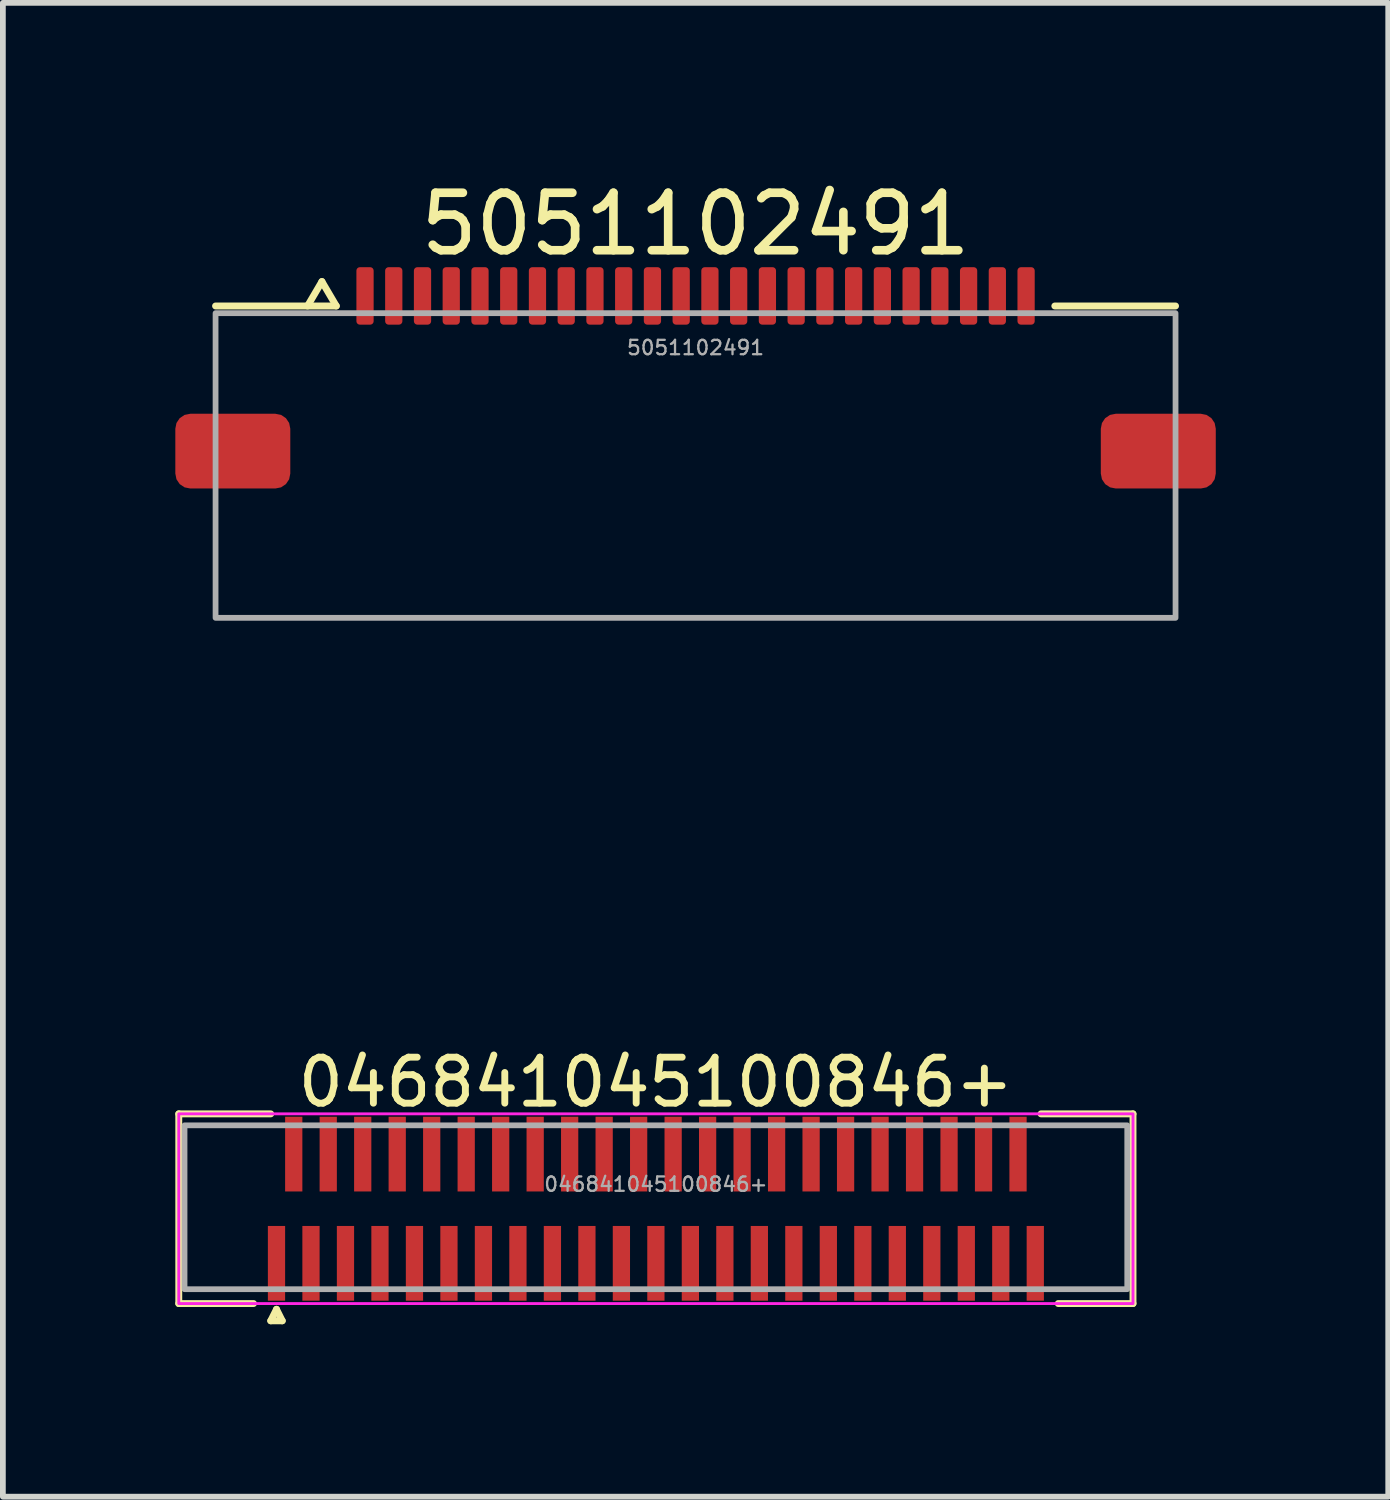
<source format=kicad_pcb>
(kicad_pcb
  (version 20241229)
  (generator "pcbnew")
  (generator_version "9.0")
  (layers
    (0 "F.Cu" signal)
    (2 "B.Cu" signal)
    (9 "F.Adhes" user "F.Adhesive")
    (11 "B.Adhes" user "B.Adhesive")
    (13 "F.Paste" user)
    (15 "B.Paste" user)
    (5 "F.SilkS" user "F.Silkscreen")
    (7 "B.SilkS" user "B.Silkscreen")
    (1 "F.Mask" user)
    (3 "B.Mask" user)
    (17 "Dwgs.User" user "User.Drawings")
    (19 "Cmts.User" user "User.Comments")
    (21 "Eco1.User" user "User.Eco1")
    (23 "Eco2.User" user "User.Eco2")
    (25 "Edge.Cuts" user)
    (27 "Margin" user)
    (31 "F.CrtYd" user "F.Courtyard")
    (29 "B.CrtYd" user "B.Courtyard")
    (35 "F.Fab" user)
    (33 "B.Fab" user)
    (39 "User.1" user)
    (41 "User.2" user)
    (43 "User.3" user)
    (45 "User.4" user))
  (footprint "5051102491"
    (layer "F.Cu")
    (at 9.05 2.098)
    (property "Reference" "5051102491" (at 0 -1.25 0) (unlocked yes) (layer "F.SilkS") (effects (font (size 1 1) (thickness 0.15))))
    (attr smd)
    (fp_line (start -6.5 -0.25) (end -6.75 0.175) (stroke (width 0.12) (type default)) (layer "F.SilkS"))
    (fp_line (start -6.25 0.175) (end -8.35 0.175) (stroke (width 0.12) (type default)) (layer "F.SilkS"))
    (fp_line (start -6.25 0.175) (end -6.5 -0.25) (stroke (width 0.12) (type default)) (layer "F.SilkS"))
    (fp_line (start 6.25 0.175) (end 8.35 0.175) (stroke (width 0.12) (type default)) (layer "F.SilkS"))
    (fp_rect (start -8.35 0.3) (end 8.35 5.6) (stroke (width 0.1) (type default)) (fill no) (layer "F.Fab"))
    (fp_text user "${REFERENCE}" (at 0 0.9 0) (unlocked yes) (layer "F.Fab") (effects (font (size 0.25 0.25) (thickness 0.04))))
    (pad "1" smd roundrect (at -5.75 0) (size 0.3 1) (layers "F.Cu" "F.Mask" "F.Paste") (roundrect_rratio 0.2))
    (pad "2" smd roundrect (at -5.25 0) (size 0.3 1) (layers "F.Cu" "F.Mask" "F.Paste") (roundrect_rratio 0.2))
    (pad "3" smd roundrect (at -4.75 0) (size 0.3 1) (layers "F.Cu" "F.Mask" "F.Paste") (roundrect_rratio 0.2))
    (pad "4" smd roundrect (at -4.25 0) (size 0.3 1) (layers "F.Cu" "F.Mask" "F.Paste") (roundrect_rratio 0.2))
    (pad "5" smd roundrect (at -3.75 0) (size 0.3 1) (layers "F.Cu" "F.Mask" "F.Paste") (roundrect_rratio 0.2))
    (pad "6" smd roundrect (at -3.25 0) (size 0.3 1) (layers "F.Cu" "F.Mask" "F.Paste") (roundrect_rratio 0.2))
    (pad "7" smd roundrect (at -2.75 0) (size 0.3 1) (layers "F.Cu" "F.Mask" "F.Paste") (roundrect_rratio 0.2))
    (pad "8" smd roundrect (at -2.25 0) (size 0.3 1) (layers "F.Cu" "F.Mask" "F.Paste") (roundrect_rratio 0.2))
    (pad "9" smd roundrect (at -1.75 0) (size 0.3 1) (layers "F.Cu" "F.Mask" "F.Paste") (roundrect_rratio 0.2))
    (pad "10" smd roundrect (at -1.25 0) (size 0.3 1) (layers "F.Cu" "F.Mask" "F.Paste") (roundrect_rratio 0.2))
    (pad "11" smd roundrect (at -0.75 0) (size 0.3 1) (layers "F.Cu" "F.Mask" "F.Paste") (roundrect_rratio 0.2))
    (pad "12" smd roundrect (at -0.25 0) (size 0.3 1) (layers "F.Cu" "F.Mask" "F.Paste") (roundrect_rratio 0.2))
    (pad "13" smd roundrect (at 0.25 0) (size 0.3 1) (layers "F.Cu" "F.Mask" "F.Paste") (roundrect_rratio 0.2))
    (pad "14" smd roundrect (at 0.75 0) (size 0.3 1) (layers "F.Cu" "F.Mask" "F.Paste") (roundrect_rratio 0.2))
    (pad "15" smd roundrect (at 1.25 0) (size 0.3 1) (layers "F.Cu" "F.Mask" "F.Paste") (roundrect_rratio 0.2))
    (pad "16" smd roundrect (at 1.75 0) (size 0.3 1) (layers "F.Cu" "F.Mask" "F.Paste") (roundrect_rratio 0.2))
    (pad "17" smd roundrect (at 2.25 0) (size 0.3 1) (layers "F.Cu" "F.Mask" "F.Paste") (roundrect_rratio 0.2))
    (pad "18" smd roundrect (at 2.75 0) (size 0.3 1) (layers "F.Cu" "F.Mask" "F.Paste") (roundrect_rratio 0.2))
    (pad "19" smd roundrect (at 3.25 0) (size 0.3 1) (layers "F.Cu" "F.Mask" "F.Paste") (roundrect_rratio 0.2))
    (pad "20" smd roundrect (at 3.75 0) (size 0.3 1) (layers "F.Cu" "F.Mask" "F.Paste") (roundrect_rratio 0.2))
    (pad "21" smd roundrect (at 4.25 0) (size 0.3 1) (layers "F.Cu" "F.Mask" "F.Paste") (roundrect_rratio 0.2))
    (pad "22" smd roundrect (at 4.75 0) (size 0.3 1) (layers "F.Cu" "F.Mask" "F.Paste") (roundrect_rratio 0.2))
    (pad "23" smd roundrect (at 5.25 0) (size 0.3 1) (layers "F.Cu" "F.Mask" "F.Paste") (roundrect_rratio 0.2))
    (pad "24" smd roundrect (at 5.75 0) (size 0.3 1) (layers "F.Cu" "F.Mask" "F.Paste") (roundrect_rratio 0.2))
    (pad "MP" smd roundrect (at -8.05 2.7) (size 2 1.3) (layers "F.Cu" "F.Mask" "F.Paste") (roundrect_rratio 0.2))
    (pad "MP" smd roundrect (at 8.05 2.7) (size 2 1.3) (layers "F.Cu" "F.Mask" "F.Paste") (roundrect_rratio 0.2))
    (zone (net_name "") (layer "F.Cu") (hatch edge 0.5) (connect_pads) (min_thickness 0.25) (filled_areas_thickness no) (keepout (tracks allowed) (vias allowed) (pads allowed) (copperpour allowed) (footprints not_allowed)) (placement (enabled no)) (fill) (polygon (pts (xy 0.8 7.698) (xy 17.3 7.698) (xy 17.3 12.098) (xy 0.8 12.098)))))
  (footprint "046841045100846+"
    (layer "F.Cu")
    (at 8.36 18.927)
    (property "Reference" "046841045100846+" (at 0 -3.15 0) (unlocked yes) (layer "F.SilkS") (effects (font (size 0.8 0.8) (thickness 0.12))))
    (attr smd)
    (fp_line (start -8.3 -2.6) (end -6.7 -2.6) (stroke (width 0.12) (type solid)) (layer "F.SilkS"))
    (fp_line (start -8.3 0.7) (end -8.3 -2.6) (stroke (width 0.12) (type solid)) (layer "F.SilkS"))
    (fp_line (start -7 0.7) (end -8.3 0.7) (stroke (width 0.12) (type solid)) (layer "F.SilkS"))
    (fp_line (start -6.7 1) (end -6.5 1) (stroke (width 0.12) (type solid)) (layer "F.SilkS"))
    (fp_line (start -6.6 0.8) (end -6.7 1) (stroke (width 0.12) (type solid)) (layer "F.SilkS"))
    (fp_line (start -6.5 1) (end -6.6 0.8) (stroke (width 0.12) (type solid)) (layer "F.SilkS"))
    (fp_line (start 7 0.7) (end 8.3 0.7) (stroke (width 0.12) (type solid)) (layer "F.SilkS"))
    (fp_line (start 8.3 -2.6) (end 6.7 -2.6) (stroke (width 0.12) (type solid)) (layer "F.SilkS"))
    (fp_line (start 8.3 0.7) (end 8.3 -2.6) (stroke (width 0.12) (type solid)) (layer "F.SilkS"))
    (fp_rect (start -8.3 -2.6) (end 8.3 0.7) (stroke (width 0.05) (type solid)) (fill no) (layer "F.CrtYd"))
    (fp_rect (start -8.2 -2.4) (end 8.2 0.45) (stroke (width 0.1) (type solid)) (fill no) (layer "F.Fab"))
    (fp_text user "${REFERENCE}" (at 0 -1.375 0) (unlocked yes) (layer "F.Fab") (effects (font (size 0.25 0.25) (thickness 0.04))))
    (pad "1" smd rect (at -6.6 0) (size 0.3 1.3) (layers "F.Cu" "F.Mask" "F.Paste"))
    (pad "2" smd rect (at -6.3 -1.9) (size 0.3 1.3) (layers "F.Cu" "F.Mask" "F.Paste"))
    (pad "3" smd rect (at -6 0) (size 0.3 1.3) (layers "F.Cu" "F.Mask" "F.Paste"))
    (pad "4" smd rect (at -5.7 -1.9) (size 0.3 1.3) (layers "F.Cu" "F.Mask" "F.Paste"))
    (pad "5" smd rect (at -5.4 0) (size 0.3 1.3) (layers "F.Cu" "F.Mask" "F.Paste"))
    (pad "6" smd rect (at -5.1 -1.9) (size 0.3 1.3) (layers "F.Cu" "F.Mask" "F.Paste"))
    (pad "7" smd rect (at -4.8 0) (size 0.3 1.3) (layers "F.Cu" "F.Mask" "F.Paste"))
    (pad "8" smd rect (at -4.5 -1.9) (size 0.3 1.3) (layers "F.Cu" "F.Mask" "F.Paste"))
    (pad "9" smd rect (at -4.2 0) (size 0.3 1.3) (layers "F.Cu" "F.Mask" "F.Paste"))
    (pad "10" smd rect (at -3.9 -1.9) (size 0.3 1.3) (layers "F.Cu" "F.Mask" "F.Paste"))
    (pad "11" smd rect (at -3.6 0) (size 0.3 1.3) (layers "F.Cu" "F.Mask" "F.Paste"))
    (pad "12" smd rect (at -3.3 -1.9) (size 0.3 1.3) (layers "F.Cu" "F.Mask" "F.Paste"))
    (pad "13" smd rect (at -3 0) (size 0.3 1.3) (layers "F.Cu" "F.Mask" "F.Paste"))
    (pad "14" smd rect (at -2.7 -1.9) (size 0.3 1.3) (layers "F.Cu" "F.Mask" "F.Paste"))
    (pad "15" smd rect (at -2.4 0) (size 0.3 1.3) (layers "F.Cu" "F.Mask" "F.Paste"))
    (pad "16" smd rect (at -2.1 -1.9) (size 0.3 1.3) (layers "F.Cu" "F.Mask" "F.Paste"))
    (pad "17" smd rect (at -1.8 0) (size 0.3 1.3) (layers "F.Cu" "F.Mask" "F.Paste"))
    (pad "18" smd rect (at -1.5 -1.9) (size 0.3 1.3) (layers "F.Cu" "F.Mask" "F.Paste"))
    (pad "19" smd rect (at -1.2 0) (size 0.3 1.3) (layers "F.Cu" "F.Mask" "F.Paste"))
    (pad "20" smd rect (at -0.9 -1.9) (size 0.3 1.3) (layers "F.Cu" "F.Mask" "F.Paste"))
    (pad "21" smd rect (at -0.6 0) (size 0.3 1.3) (layers "F.Cu" "F.Mask" "F.Paste"))
    (pad "22" smd rect (at -0.3 -1.9) (size 0.3 1.3) (layers "F.Cu" "F.Mask" "F.Paste"))
    (pad "23" smd rect (at 0 0) (size 0.3 1.3) (layers "F.Cu" "F.Mask" "F.Paste"))
    (pad "24" smd rect (at 0.3 -1.9) (size 0.3 1.3) (layers "F.Cu" "F.Mask" "F.Paste"))
    (pad "25" smd rect (at 0.6 0) (size 0.3 1.3) (layers "F.Cu" "F.Mask" "F.Paste"))
    (pad "26" smd rect (at 0.9 -1.9) (size 0.3 1.3) (layers "F.Cu" "F.Mask" "F.Paste"))
    (pad "27" smd rect (at 1.2 0) (size 0.3 1.3) (layers "F.Cu" "F.Mask" "F.Paste"))
    (pad "28" smd rect (at 1.5 -1.9) (size 0.3 1.3) (layers "F.Cu" "F.Mask" "F.Paste"))
    (pad "29" smd rect (at 1.8 0) (size 0.3 1.3) (layers "F.Cu" "F.Mask" "F.Paste"))
    (pad "30" smd rect (at 2.1 -1.9) (size 0.3 1.3) (layers "F.Cu" "F.Mask" "F.Paste"))
    (pad "31" smd rect (at 2.4 0) (size 0.3 1.3) (layers "F.Cu" "F.Mask" "F.Paste"))
    (pad "32" smd rect (at 2.7 -1.9) (size 0.3 1.3) (layers "F.Cu" "F.Mask" "F.Paste"))
    (pad "33" smd rect (at 3 0) (size 0.3 1.3) (layers "F.Cu" "F.Mask" "F.Paste"))
    (pad "34" smd rect (at 3.3 -1.9) (size 0.3 1.3) (layers "F.Cu" "F.Mask" "F.Paste"))
    (pad "35" smd rect (at 3.6 0) (size 0.3 1.3) (layers "F.Cu" "F.Mask" "F.Paste"))
    (pad "36" smd rect (at 3.9 -1.9) (size 0.3 1.3) (layers "F.Cu" "F.Mask" "F.Paste"))
    (pad "37" smd rect (at 4.2 0) (size 0.3 1.3) (layers "F.Cu" "F.Mask" "F.Paste"))
    (pad "38" smd rect (at 4.5 -1.9) (size 0.3 1.3) (layers "F.Cu" "F.Mask" "F.Paste"))
    (pad "39" smd rect (at 4.8 0) (size 0.3 1.3) (layers "F.Cu" "F.Mask" "F.Paste"))
    (pad "40" smd rect (at 5.1 -1.9) (size 0.3 1.3) (layers "F.Cu" "F.Mask" "F.Paste"))
    (pad "41" smd rect (at 5.4 0) (size 0.3 1.3) (layers "F.Cu" "F.Mask" "F.Paste"))
    (pad "42" smd rect (at 5.7 -1.9) (size 0.3 1.3) (layers "F.Cu" "F.Mask" "F.Paste"))
    (pad "43" smd rect (at 6 0) (size 0.3 1.3) (layers "F.Cu" "F.Mask" "F.Paste"))
    (pad "44" smd rect (at 6.3 -1.9) (size 0.3 1.3) (layers "F.Cu" "F.Mask" "F.Paste"))
    (pad "45" smd rect (at 6.6 0) (size 0.3 1.3) (layers "F.Cu" "F.Mask" "F.Paste")))
  (gr_rect
    (start -3 -3)
    (end 21.1 22.987)
    (stroke (width 0.1) (type default))
    (fill no)
    (layer "Edge.Cuts")))
</source>
